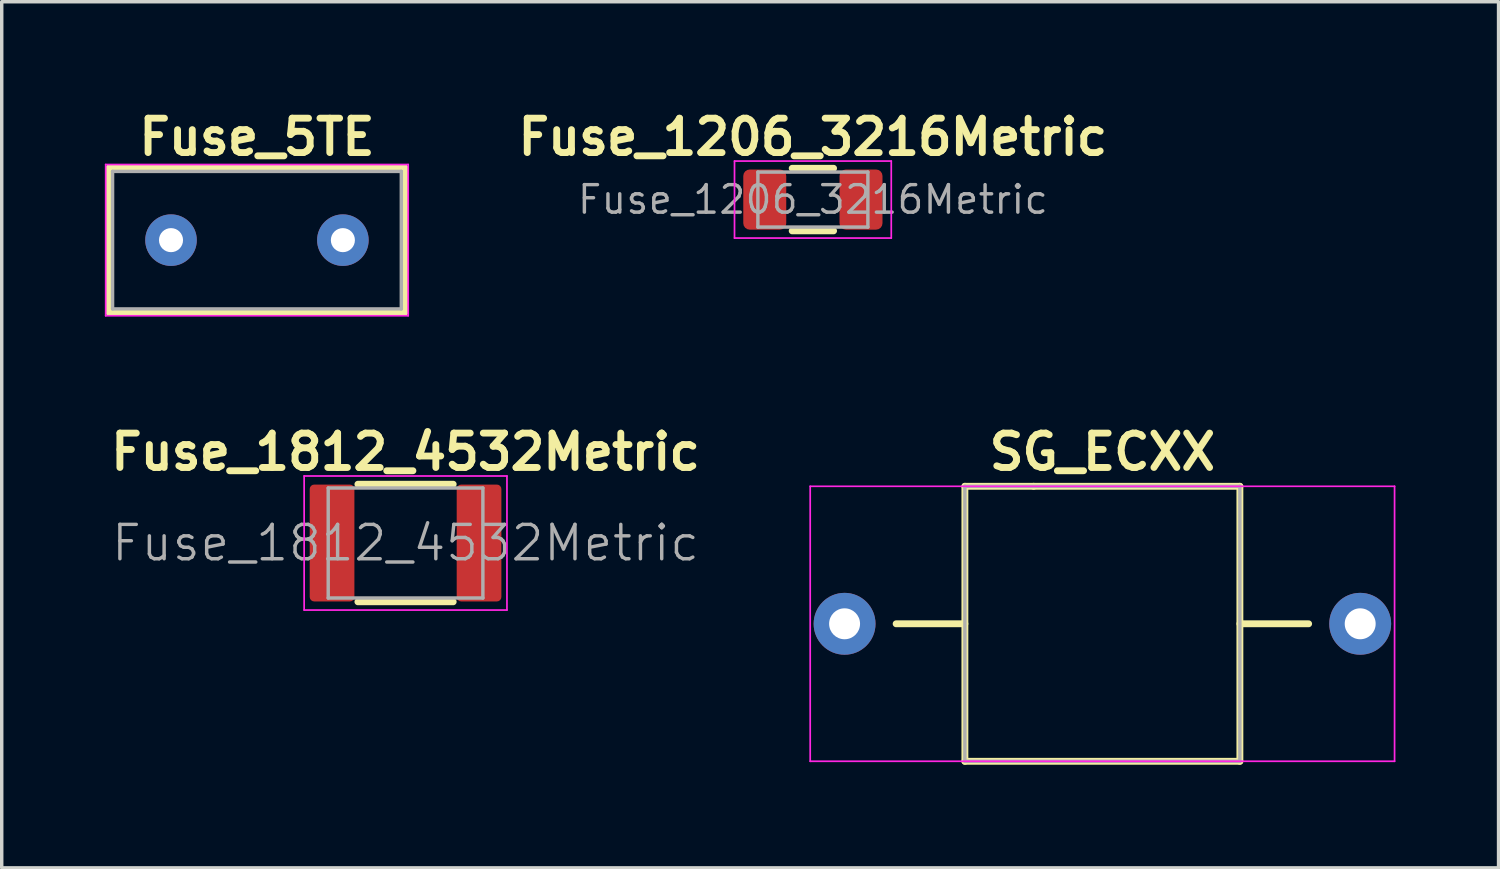
<source format=kicad_pcb>
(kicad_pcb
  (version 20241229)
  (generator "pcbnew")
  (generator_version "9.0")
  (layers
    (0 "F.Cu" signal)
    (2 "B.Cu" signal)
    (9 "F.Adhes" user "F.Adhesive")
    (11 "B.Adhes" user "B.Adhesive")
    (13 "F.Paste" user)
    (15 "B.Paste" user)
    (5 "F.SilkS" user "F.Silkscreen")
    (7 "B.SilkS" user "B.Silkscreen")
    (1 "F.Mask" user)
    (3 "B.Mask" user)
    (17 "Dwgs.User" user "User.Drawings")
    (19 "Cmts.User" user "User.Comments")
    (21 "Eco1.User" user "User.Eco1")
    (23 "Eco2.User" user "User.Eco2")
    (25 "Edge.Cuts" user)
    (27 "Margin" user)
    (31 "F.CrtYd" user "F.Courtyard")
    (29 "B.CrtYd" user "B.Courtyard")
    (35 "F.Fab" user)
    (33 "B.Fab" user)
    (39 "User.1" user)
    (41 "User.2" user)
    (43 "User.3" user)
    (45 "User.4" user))
  (footprint "Fuse_1812_4532Metric"
    (layer "F.Cu")
    (at 8.748 12.747)
    (property "Reference" "Fuse_1812_4532Metric" (at 0 -2.65 0) (layer "F.SilkS") (effects (font (size 1 1) (thickness 0.2))))
    (attr smd)
    (fp_line (start -1.386 -1.71) (end 1.386 -1.71) (stroke (width 0.2) (type solid)) (layer "F.SilkS"))
    (fp_line (start -1.386 1.71) (end 1.386 1.71) (stroke (width 0.2) (type solid)) (layer "F.SilkS"))
    (fp_line (start -2.95 -1.95) (end 2.95 -1.95) (stroke (width 0.05) (type solid)) (layer "F.CrtYd"))
    (fp_line (start -2.95 1.95) (end -2.95 -1.95) (stroke (width 0.05) (type solid)) (layer "F.CrtYd"))
    (fp_line (start 2.95 -1.95) (end 2.95 1.95) (stroke (width 0.05) (type solid)) (layer "F.CrtYd"))
    (fp_line (start 2.95 1.95) (end -2.95 1.95) (stroke (width 0.05) (type solid)) (layer "F.CrtYd"))
    (fp_line (start -2.25 -1.6) (end 2.25 -1.6) (stroke (width 0.1) (type solid)) (layer "F.Fab"))
    (fp_line (start -2.25 1.6) (end -2.25 -1.6) (stroke (width 0.1) (type solid)) (layer "F.Fab"))
    (fp_line (start 2.25 -1.6) (end 2.25 1.6) (stroke (width 0.1) (type solid)) (layer "F.Fab"))
    (fp_line (start 2.25 1.6) (end -2.25 1.6) (stroke (width 0.1) (type solid)) (layer "F.Fab"))
    (fp_text user "${REFERENCE}" (at 0 0 0) (layer "F.Fab") (effects (font (size 1 1) (thickness 0.1))))
    (pad "1" smd roundrect (at -2.138 0) (size 1.3 3.4) (layers "F.Cu" "F.Mask" "F.Paste") (roundrect_rratio 0.1))
    (pad "2" smd roundrect (at 2.138 0) (size 1.3 3.4) (layers "F.Cu" "F.Mask" "F.Paste") (roundrect_rratio 0.1)))
  (footprint "Fuse_1206_3216Metric"
    (layer "F.Cu")
    (at 20.598 2.756)
    (property "Reference" "Fuse_1206_3216Metric" (at 0 -1.82 0) (layer "F.SilkS") (effects (font (size 1 1) (thickness 0.2))))
    (attr smd)
    (fp_line (start -0.602 -0.91) (end 0.602 -0.91) (stroke (width 0.2) (type solid)) (layer "F.SilkS"))
    (fp_line (start -0.602 0.91) (end 0.602 0.91) (stroke (width 0.2) (type solid)) (layer "F.SilkS"))
    (fp_line (start -2.28 -1.12) (end 2.28 -1.12) (stroke (width 0.05) (type solid)) (layer "F.CrtYd"))
    (fp_line (start -2.28 1.12) (end -2.28 -1.12) (stroke (width 0.05) (type solid)) (layer "F.CrtYd"))
    (fp_line (start 2.28 -1.12) (end 2.28 1.12) (stroke (width 0.05) (type solid)) (layer "F.CrtYd"))
    (fp_line (start 2.28 1.12) (end -2.28 1.12) (stroke (width 0.05) (type solid)) (layer "F.CrtYd"))
    (fp_line (start -1.6 -0.8) (end 1.6 -0.8) (stroke (width 0.1) (type solid)) (layer "F.Fab"))
    (fp_line (start -1.6 0.8) (end -1.6 -0.8) (stroke (width 0.1) (type solid)) (layer "F.Fab"))
    (fp_line (start 1.6 -0.8) (end 1.6 0.8) (stroke (width 0.1) (type solid)) (layer "F.Fab"))
    (fp_line (start 1.6 0.8) (end -1.6 0.8) (stroke (width 0.1) (type solid)) (layer "F.Fab"))
    (fp_text user "${REFERENCE}" (at 0 0 0) (layer "F.Fab") (effects (font (size 0.8 0.8) (thickness 0.1))))
    (pad "1" smd roundrect (at -1.4 0) (size 1.25 1.75) (layers "F.Cu" "F.Mask" "F.Paste") (roundrect_rratio 0.15))
    (pad "2" smd roundrect (at 1.4 0) (size 1.25 1.75) (layers "F.Cu" "F.Mask" "F.Paste") (roundrect_rratio 0.15)))
  (footprint "Fuse_5TE"
    (layer "F.Cu")
    (at 4.425 3.936)
    (property "Reference" "Fuse_5TE" (at 0 -3 0) (layer "F.SilkS") (effects (font (size 1 1) (thickness 0.2))))
    (attr through_hole)
    (fp_line (start -4.3 -2.1) (end 4.3 -2.1) (stroke (width 0.2) (type solid)) (layer "F.SilkS"))
    (fp_line (start -4.3 2.1) (end -4.3 -2.1) (stroke (width 0.2) (type solid)) (layer "F.SilkS"))
    (fp_line (start 4.3 -2.1) (end 4.3 2.1) (stroke (width 0.2) (type solid)) (layer "F.SilkS"))
    (fp_line (start 4.3 2.1) (end -4.3 2.1) (stroke (width 0.2) (type solid)) (layer "F.SilkS"))
    (fp_line (start -4.4 -2.2) (end 4.4 -2.2) (stroke (width 0.05) (type solid)) (layer "F.CrtYd"))
    (fp_line (start -4.4 2.2) (end -4.4 -2.2) (stroke (width 0.05) (type solid)) (layer "F.CrtYd"))
    (fp_line (start 4.4 -2.2) (end 4.4 2.2) (stroke (width 0.05) (type solid)) (layer "F.CrtYd"))
    (fp_line (start 4.4 2.2) (end -4.4 2.2) (stroke (width 0.05) (type solid)) (layer "F.CrtYd"))
    (fp_line (start -4.2 -2) (end 4.2 -2) (stroke (width 0.1) (type solid)) (layer "F.Fab"))
    (fp_line (start -4.2 2) (end -4.2 -2) (stroke (width 0.1) (type solid)) (layer "F.Fab"))
    (fp_line (start 4.2 -2) (end 4.2 2) (stroke (width 0.1) (type solid)) (layer "F.Fab"))
    (fp_line (start 4.2 2) (end -4.2 2) (stroke (width 0.1) (type solid)) (layer "F.Fab"))
    (pad "1" thru_hole circle (at -2.5 0) (size 1.5 1.5) (drill 0.7) (layers "*.Cu" "*.Mask"))
    (pad "2" thru_hole circle (at 2.5 0) (size 1.5 1.5) (drill 0.7) (layers "*.Cu" "*.Mask")))
  (footprint "SG_ECXX"
    (layer "F.Cu")
    (at 29.02 15.097)
    (property "Reference" "SG_ECXX" (at 0 -5 0) (layer "F.SilkS") (effects (font (size 1 1) (thickness 0.2))))
    (attr through_hole)
    (fp_line (start -4 -4) (end -4 4) (stroke (width 0.2) (type solid)) (layer "F.SilkS"))
    (fp_line (start -4 0) (end -6 0) (stroke (width 0.2) (type solid)) (layer "F.SilkS"))
    (fp_line (start -4 4) (end 4 4) (stroke (width 0.2) (type solid)) (layer "F.SilkS"))
    (fp_line (start -2 -4) (end -4 -4) (stroke (width 0.2) (type solid)) (layer "F.SilkS"))
    (fp_line (start 4 -4) (end -2 -4) (stroke (width 0.2) (type solid)) (layer "F.SilkS"))
    (fp_line (start 4 0) (end 6 0) (stroke (width 0.2) (type solid)) (layer "F.SilkS"))
    (fp_line (start 4 4) (end 4 -4) (stroke (width 0.2) (type solid)) (layer "F.SilkS"))
    (fp_line (start -8.5 -4) (end 8.5 -4) (stroke (width 0.05) (type solid)) (layer "F.CrtYd"))
    (fp_line (start -8.5 4) (end -8.5 -4) (stroke (width 0.05) (type solid)) (layer "F.CrtYd"))
    (fp_line (start 8.5 -4) (end 8.5 4) (stroke (width 0.05) (type solid)) (layer "F.CrtYd"))
    (fp_line (start 8.5 4) (end -8.5 4) (stroke (width 0.05) (type solid)) (layer "F.CrtYd"))
    (fp_line (start -4 -4) (end 4 -4) (stroke (width 0.1) (type solid)) (layer "F.Fab"))
    (fp_line (start -4 4) (end -4 -4) (stroke (width 0.1) (type solid)) (layer "F.Fab"))
    (fp_line (start 4 -4) (end 4 4) (stroke (width 0.1) (type solid)) (layer "F.Fab"))
    (fp_line (start 4 4) (end -4 4) (stroke (width 0.1) (type solid)) (layer "F.Fab"))
    (pad "1" thru_hole circle (at -7.5 0) (size 1.8 1.8) (drill 0.9) (layers "*.Cu" "*.Mask"))
    (pad "2" thru_hole circle (at 7.5 0) (size 1.8 1.8) (drill 0.9) (layers "*.Cu" "*.Mask")))
  (gr_rect
    (start -3 -3)
    (end 40.545 22.197)
    (stroke (width 0.1) (type default))
    (fill no)
    (layer "Edge.Cuts")))
</source>
